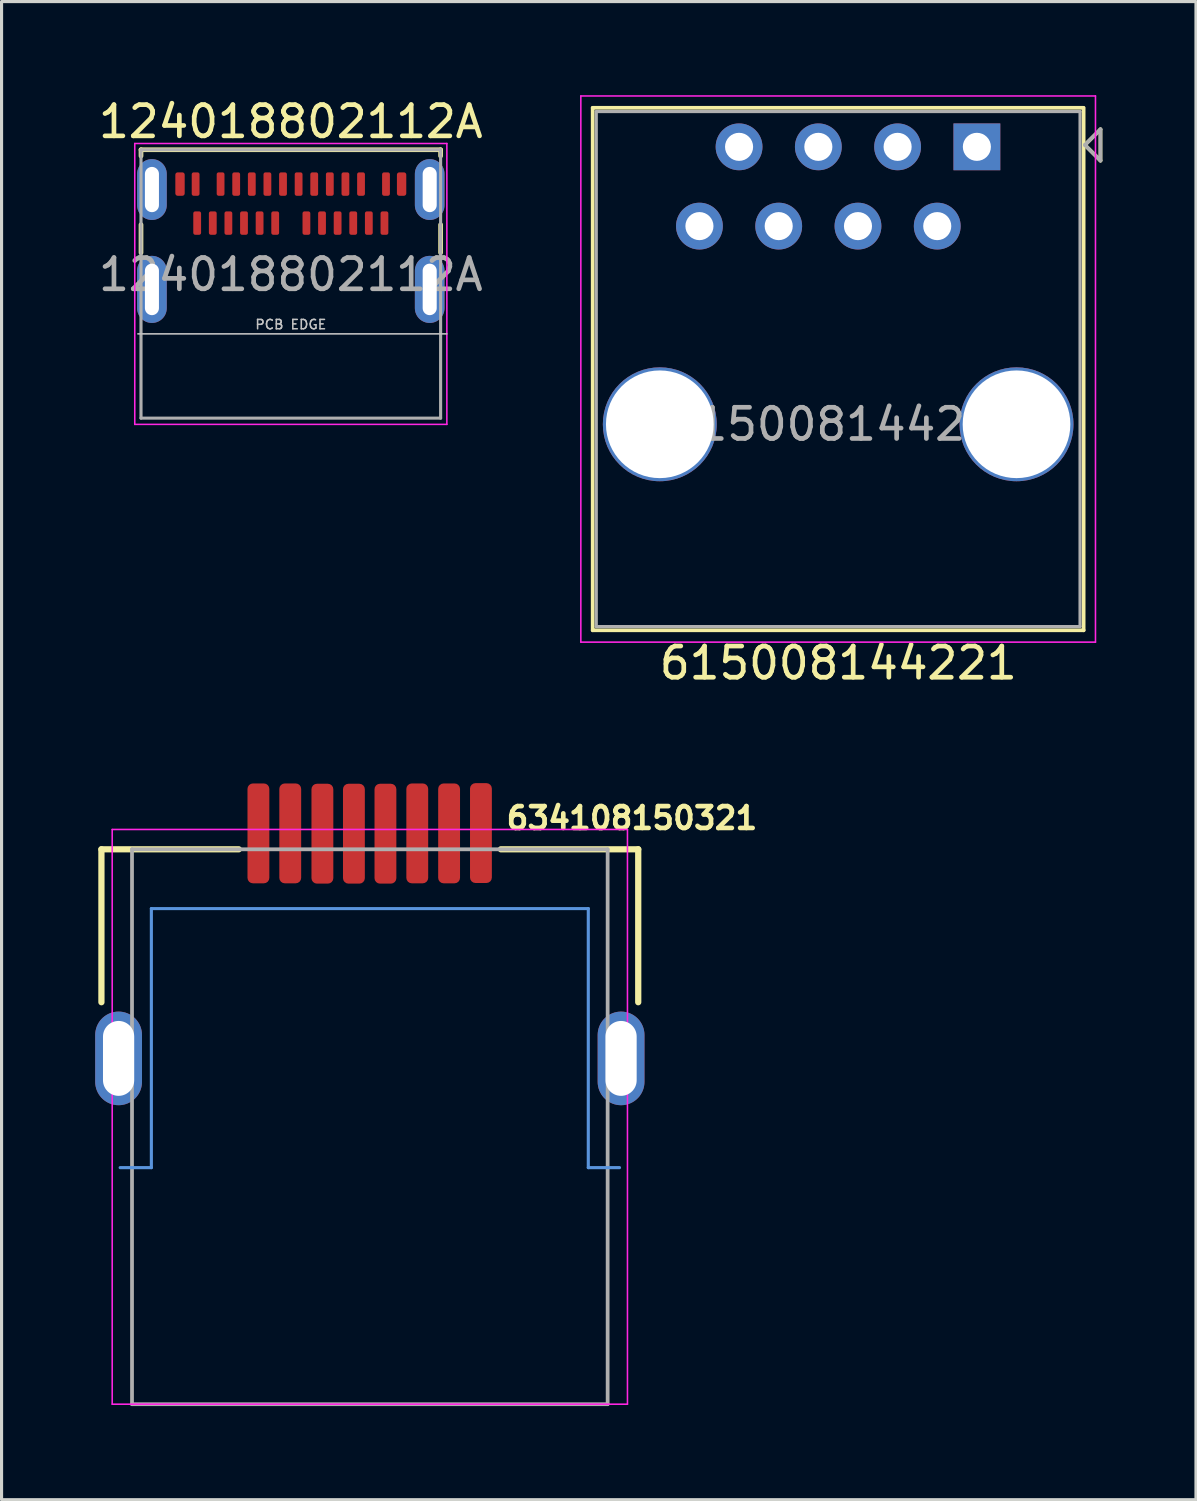
<source format=kicad_pcb>
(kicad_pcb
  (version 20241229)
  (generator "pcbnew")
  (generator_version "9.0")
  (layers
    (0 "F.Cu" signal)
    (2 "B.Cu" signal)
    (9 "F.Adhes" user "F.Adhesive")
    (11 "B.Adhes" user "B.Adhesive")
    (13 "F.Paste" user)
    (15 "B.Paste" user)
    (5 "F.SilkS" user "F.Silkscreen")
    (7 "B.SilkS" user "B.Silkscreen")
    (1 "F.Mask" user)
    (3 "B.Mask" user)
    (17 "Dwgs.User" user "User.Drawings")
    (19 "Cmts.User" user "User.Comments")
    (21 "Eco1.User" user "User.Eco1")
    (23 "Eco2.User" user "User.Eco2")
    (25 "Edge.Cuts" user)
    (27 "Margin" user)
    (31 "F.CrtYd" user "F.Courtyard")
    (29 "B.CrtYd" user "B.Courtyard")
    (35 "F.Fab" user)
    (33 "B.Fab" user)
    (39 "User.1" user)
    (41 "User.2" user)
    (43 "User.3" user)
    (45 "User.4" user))
  (footprint "615008144221"
    (layer "F.Cu")
    (at 19.361 4.195)
    (property "Reference" "615008144221" (at 4.45 14 0) (layer "F.SilkS") (effects (font (size 1 1) (thickness 0.15))))
    (attr through_hole)
    (fp_line (start -3.42 -3.79) (end -3.42 12.95) (stroke (width 0.12) (type solid)) (layer "F.SilkS"))
    (fp_line (start 12.3 -3.79) (end -3.42 -3.79) (stroke (width 0.12) (type solid)) (layer "F.SilkS"))
    (fp_line (start 12.31 -3.79) (end 12.31 12.95) (stroke (width 0.12) (type solid)) (layer "F.SilkS"))
    (fp_line (start 12.31 12.95) (end -3.42 12.95) (stroke (width 0.12) (type solid)) (layer "F.SilkS"))
    (fp_line (start 12.35 -2.6) (end 12.85 -2.1) (stroke (width 0.12) (type solid)) (layer "F.SilkS"))
    (fp_line (start 12.85 -3.1) (end 12.35 -2.6) (stroke (width 0.12) (type solid)) (layer "F.SilkS"))
    (fp_line (start 12.85 -2.1) (end 12.85 -3.1) (stroke (width 0.12) (type solid)) (layer "F.SilkS"))
    (fp_line (start -3.8 -4.17) (end -3.8 13.33) (stroke (width 0.05) (type solid)) (layer "F.CrtYd"))
    (fp_line (start -3.8 -4.17) (end 12.69 -4.17) (stroke (width 0.05) (type solid)) (layer "F.CrtYd"))
    (fp_line (start -3.8 13.33) (end 12.69 13.33) (stroke (width 0.05) (type solid)) (layer "F.CrtYd"))
    (fp_line (start 12.69 -4.17) (end 12.69 13.33) (stroke (width 0.05) (type solid)) (layer "F.CrtYd"))
    (fp_line (start -3.305 -3.67) (end -3.305 12.83) (stroke (width 0.1) (type solid)) (layer "F.Fab"))
    (fp_line (start 12.195 -3.67) (end -3.305 -3.67) (stroke (width 0.1) (type solid)) (layer "F.Fab"))
    (fp_line (start 12.195 -3.67) (end 12.195 12.83) (stroke (width 0.1) (type solid)) (layer "F.Fab"))
    (fp_line (start 12.195 12.83) (end -3.305 12.83) (stroke (width 0.1) (type solid)) (layer "F.Fab"))
    (fp_line (start 12.35 -2.6) (end 12.85 -2.1) (stroke (width 0.12) (type solid)) (layer "F.Fab"))
    (fp_line (start 12.85 -3.1) (end 12.35 -2.6) (stroke (width 0.12) (type solid)) (layer "F.Fab"))
    (fp_line (start 12.85 -2.1) (end 12.85 -3.1) (stroke (width 0.12) (type solid)) (layer "F.Fab"))
    (fp_text user "${REFERENCE}" (at 4.7 6.35 0) (layer "F.Fab") (effects (font (size 1 1) (thickness 0.15))))
    (pad "" np_thru_hole circle (at -1.27 6.35) (size 3.65 3.65) (drill 3.45) (layers "*.Cu" "*.Mask"))
    (pad "" np_thru_hole circle (at 10.16 6.35) (size 3.65 3.65) (drill 3.45) (layers "*.Cu" "*.Mask"))
    (pad "1" thru_hole rect (at 8.89 -2.54) (size 1.5 1.5) (drill 0.9) (layers "*.Cu" "*.Mask"))
    (pad "2" thru_hole circle (at 7.62 0) (size 1.5 1.5) (drill 0.9) (layers "*.Cu" "*.Mask"))
    (pad "3" thru_hole circle (at 6.35 -2.54) (size 1.5 1.5) (drill 0.9) (layers "*.Cu" "*.Mask"))
    (pad "4" thru_hole circle (at 5.08 0) (size 1.5 1.5) (drill 0.9) (layers "*.Cu" "*.Mask"))
    (pad "5" thru_hole circle (at 3.81 -2.54) (size 1.5 1.5) (drill 0.9) (layers "*.Cu" "*.Mask"))
    (pad "6" thru_hole circle (at 2.54 0) (size 1.5 1.5) (drill 0.9) (layers "*.Cu" "*.Mask"))
    (pad "7" thru_hole circle (at 1.27 -2.54) (size 1.5 1.5) (drill 0.9) (layers "*.Cu" "*.Mask"))
    (pad "8" thru_hole circle (at 0 0) (size 1.5 1.5) (drill 0.9) (layers "*.Cu" "*.Mask")))
  (footprint "124018802112A"
    (layer "F.Cu")
    (at 6.268 2.848)
    (property "Reference" "124018802112A" (at 0 -2 0) (unlocked yes) (layer "F.SilkS") (effects (font (size 1 1) (thickness 0.15))))
    (attr smd)
    (fp_line (start -4.8 -1.1) (end -4.8 -0.9) (stroke (width 0.15) (type solid)) (layer "F.SilkS"))
    (fp_line (start -4.8 -1.1) (end 4.8 -1.1) (stroke (width 0.15) (type solid)) (layer "F.SilkS"))
    (fp_line (start -4.8 1.3) (end -4.8 2.2) (stroke (width 0.15) (type solid)) (layer "F.SilkS"))
    (fp_line (start 4.8 -1.1) (end 4.8 -0.9) (stroke (width 0.15) (type solid)) (layer "F.SilkS"))
    (fp_line (start 4.8 1.3) (end 4.8 2.2) (stroke (width 0.15) (type solid)) (layer "F.SilkS"))
    (fp_line (start -4.9 4.8) (end 5 4.8) (stroke (width 0.05) (type solid)) (layer "Dwgs.User"))
    (fp_line (start -5 -1.3) (end 5 -1.3) (stroke (width 0.05) (type solid)) (layer "F.CrtYd"))
    (fp_line (start -5 7.7) (end -5 -1.3) (stroke (width 0.05) (type solid)) (layer "F.CrtYd"))
    (fp_line (start 5 -1.3) (end 5 7.7) (stroke (width 0.05) (type solid)) (layer "F.CrtYd"))
    (fp_line (start 5 7.7) (end -5 7.7) (stroke (width 0.05) (type solid)) (layer "F.CrtYd"))
    (fp_line (start -4.8 -1.1) (end -4.8 7.5) (stroke (width 0.1) (type solid)) (layer "F.Fab"))
    (fp_line (start -4.8 7.5) (end 4.8 7.5) (stroke (width 0.1) (type solid)) (layer "F.Fab"))
    (fp_line (start 4.8 -1.1) (end -4.8 -1.1) (stroke (width 0.1) (type solid)) (layer "F.Fab"))
    (fp_line (start 4.8 7.5) (end 4.8 -1.1) (stroke (width 0.1) (type solid)) (layer "F.Fab"))
    (fp_text user "PCB EDGE" (at 0 4.5 0) (unlocked yes) (layer "Dwgs.User") (effects (font (size 0.3 0.3) (thickness 0.05))))
    (fp_text user "${REFERENCE}" (at 0 2.9 0) (unlocked yes) (layer "F.Fab") (effects (font (size 1 1) (thickness 0.15))))
    (pad "A1" smd roundrect (at -3.55 0) (size 0.3 0.75) (layers "F.Cu" "F.Mask" "F.Paste") (roundrect_rratio 0.25))
    (pad "A1" smd roundrect (at -3.05 0) (size 0.25 0.75) (layers "F.Cu" "F.Mask" "F.Paste") (roundrect_rratio 0.25))
    (pad "A2" smd roundrect (at -2.25 0) (size 0.25 0.75) (layers "F.Cu" "F.Mask" "F.Paste") (roundrect_rratio 0.25))
    (pad "A3" smd roundrect (at -1.75 0) (size 0.25 0.75) (layers "F.Cu" "F.Mask" "F.Paste") (roundrect_rratio 0.25))
    (pad "A4" smd roundrect (at -1.25 0) (size 0.25 0.75) (layers "F.Cu" "F.Mask" "F.Paste") (roundrect_rratio 0.25))
    (pad "A5" smd roundrect (at -0.75 0) (size 0.25 0.75) (layers "F.Cu" "F.Mask" "F.Paste") (roundrect_rratio 0.25))
    (pad "A6" smd roundrect (at -0.25 0) (size 0.25 0.75) (layers "F.Cu" "F.Mask" "F.Paste") (roundrect_rratio 0.25))
    (pad "A7" smd roundrect (at 0.25 0) (size 0.25 0.75) (layers "F.Cu" "F.Mask" "F.Paste") (roundrect_rratio 0.25))
    (pad "A8" smd roundrect (at 0.75 0) (size 0.25 0.75) (layers "F.Cu" "F.Mask" "F.Paste") (roundrect_rratio 0.25))
    (pad "A9" smd roundrect (at 1.25 0) (size 0.25 0.75) (layers "F.Cu" "F.Mask" "F.Paste") (roundrect_rratio 0.25))
    (pad "A10" smd roundrect (at 1.75 0) (size 0.25 0.75) (layers "F.Cu" "F.Mask" "F.Paste") (roundrect_rratio 0.25))
    (pad "A11" smd roundrect (at 2.25 0) (size 0.25 0.75) (layers "F.Cu" "F.Mask" "F.Paste") (roundrect_rratio 0.25))
    (pad "A12" smd roundrect (at 3.05 0) (size 0.25 0.75) (layers "F.Cu" "F.Mask" "F.Paste") (roundrect_rratio 0.25))
    (pad "A12" smd roundrect (at 3.55 0) (size 0.3 0.75) (layers "F.Cu" "F.Mask" "F.Paste") (roundrect_rratio 0.25))
    (pad "B1" smd roundrect (at 3 1.25) (size 0.25 0.75) (layers "F.Cu" "F.Mask" "F.Paste") (roundrect_rratio 0.25))
    (pad "B2" smd roundrect (at 2.5 1.25) (size 0.25 0.75) (layers "F.Cu" "F.Mask" "F.Paste") (roundrect_rratio 0.25))
    (pad "B3" smd roundrect (at 2 1.25) (size 0.25 0.75) (layers "F.Cu" "F.Mask" "F.Paste") (roundrect_rratio 0.25))
    (pad "B4" smd roundrect (at 1.5 1.25) (size 0.25 0.75) (layers "F.Cu" "F.Mask" "F.Paste") (roundrect_rratio 0.25))
    (pad "B5" smd roundrect (at 1 1.25) (size 0.25 0.75) (layers "F.Cu" "F.Mask" "F.Paste") (roundrect_rratio 0.25))
    (pad "B6" smd roundrect (at 0.5 1.25) (size 0.25 0.75) (layers "F.Cu" "F.Mask" "F.Paste") (roundrect_rratio 0.25))
    (pad "B7" smd roundrect (at -0.5 1.25) (size 0.25 0.75) (layers "F.Cu" "F.Mask" "F.Paste") (roundrect_rratio 0.25))
    (pad "B8" smd roundrect (at -1 1.25) (size 0.25 0.75) (layers "F.Cu" "F.Mask" "F.Paste") (roundrect_rratio 0.25))
    (pad "B9" smd roundrect (at -1.5 1.25) (size 0.25 0.75) (layers "F.Cu" "F.Mask" "F.Paste") (roundrect_rratio 0.25))
    (pad "B10" smd roundrect (at -2 1.25) (size 0.25 0.75) (layers "F.Cu" "F.Mask" "F.Paste") (roundrect_rratio 0.25))
    (pad "B11" smd roundrect (at -2.5 1.25) (size 0.25 0.75) (layers "F.Cu" "F.Mask" "F.Paste") (roundrect_rratio 0.25))
    (pad "B12" smd roundrect (at -3 1.25) (size 0.25 0.75) (layers "F.Cu" "F.Mask" "F.Paste") (roundrect_rratio 0.25))
    (pad "S1" thru_hole oval (at -4.45 0.175) (size 0.95 1.95) (drill oval 0.45 1.45) (layers "*.Cu" "*.Mask" "F.Paste"))
    (pad "S1" thru_hole oval (at -4.45 3.375) (size 0.95 2.15) (drill oval 0.45 1.65) (layers "*.Cu" "*.Mask" "F.Paste"))
    (pad "S1" thru_hole oval (at 4.45 0.175) (size 0.95 1.95) (drill oval 0.45 1.45) (layers "*.Cu" "*.Mask" "F.Paste"))
    (pad "S1" thru_hole oval (at 4.45 3.375) (size 0.95 2.15) (drill oval 0.45 1.65) (layers "*.Cu" "*.Mask" "F.Paste")))
  (footprint "634108150321"
    (layer "F.Cu")
    (at 8.8 32.163)
    (property "Reference" "634108150321" (at 4.3 -9 0) (layer "F.SilkS") (effects (font (size 0.7 0.7) (thickness 0.15)) (justify left)))
    (attr through_hole)
    (fp_line (start -8.6 -8) (end -8.6 -3.1) (stroke (width 0.2) (type solid)) (layer "F.SilkS"))
    (fp_line (start -4.2 -8) (end -8.6 -8) (stroke (width 0.2) (type solid)) (layer "F.SilkS"))
    (fp_line (start 4.2 -8) (end 8.6 -8) (stroke (width 0.2) (type solid)) (layer "F.SilkS"))
    (fp_line (start 8.6 -8) (end 8.6 -3.1) (stroke (width 0.2) (type solid)) (layer "F.SilkS"))
    (fp_line (start -7 -6.1) (end 7 -6.1) (stroke (width 0.1) (type solid)) (layer "Cmts.User"))
    (fp_line (start -7 2.2) (end -8 2.2) (stroke (width 0.1) (type solid)) (layer "Cmts.User"))
    (fp_line (start -7 2.2) (end -7 -6.1) (stroke (width 0.1) (type solid)) (layer "Cmts.User"))
    (fp_line (start 7 -6.1) (end 7 2.2) (stroke (width 0.1) (type solid)) (layer "Cmts.User"))
    (fp_line (start 7 2.2) (end 8 2.2) (stroke (width 0.1) (type solid)) (layer "Cmts.User"))
    (fp_line (start -8.255 -8.635) (end 8.255 -8.635) (stroke (width 0.05) (type solid)) (layer "F.CrtYd"))
    (fp_line (start -8.255 9.78) (end -8.255 -8.635) (stroke (width 0.05) (type solid)) (layer "F.CrtYd"))
    (fp_line (start 8.255 -8.635) (end 8.255 9.78) (stroke (width 0.05) (type solid)) (layer "F.CrtYd"))
    (fp_line (start 8.255 9.78) (end -8.255 9.78) (stroke (width 0.05) (type solid)) (layer "F.CrtYd"))
    (fp_line (start -7.62 -8) (end -7.62 9.78) (stroke (width 0.12) (type solid)) (layer "F.Fab"))
    (fp_line (start -7.62 9.78) (end 7.62 9.78) (stroke (width 0.12) (type solid)) (layer "F.Fab"))
    (fp_line (start 7.62 -8) (end -7.62 -8) (stroke (width 0.12) (type solid)) (layer "F.Fab"))
    (fp_line (start 7.62 9.78) (end 7.62 -8) (stroke (width 0.12) (type solid)) (layer "F.Fab"))
    (pad "1" smd roundrect (at 3.56 -8.52) (size 0.7 3.2) (layers "F.Cu" "F.Mask" "F.Paste") (roundrect_rratio 0.25))
    (pad "2" smd roundrect (at 2.54 -8.51) (size 0.7 3.2) (layers "F.Cu" "F.Mask" "F.Paste") (roundrect_rratio 0.25))
    (pad "3" smd roundrect (at 1.52 -8.51) (size 0.7 3.2) (layers "F.Cu" "F.Mask" "F.Paste") (roundrect_rratio 0.25))
    (pad "4" smd roundrect (at 0.5 -8.5) (size 0.7 3.2) (layers "F.Cu" "F.Mask" "F.Paste") (roundrect_rratio 0.25))
    (pad "5" smd roundrect (at -0.51 -8.5) (size 0.7 3.2) (layers "F.Cu" "F.Mask" "F.Paste") (roundrect_rratio 0.25))
    (pad "6" smd roundrect (at -1.52 -8.5) (size 0.7 3.2) (layers "F.Cu" "F.Mask" "F.Paste") (roundrect_rratio 0.25))
    (pad "7" smd roundrect (at -2.55 -8.51) (size 0.7 3.2) (layers "F.Cu" "F.Mask" "F.Paste") (roundrect_rratio 0.25))
    (pad "8" smd roundrect (at -3.57 -8.51) (size 0.7 3.2) (layers "F.Cu" "F.Mask" "F.Paste") (roundrect_rratio 0.25))
    (pad "SH" thru_hole oval (at -8.05 -1.3) (size 1.5 3) (drill oval 1 2.4) (layers "*.Cu" "*.Mask"))
    (pad "SH" thru_hole oval (at 8.05 -1.3) (size 1.5 3) (drill oval 1 2.4) (layers "*.Cu" "*.Mask")))
  (gr_rect
    (start -3 -3)
    (end 35.271 45.003)
    (stroke (width 0.1) (type default))
    (fill no)
    (layer "Edge.Cuts")))
</source>
